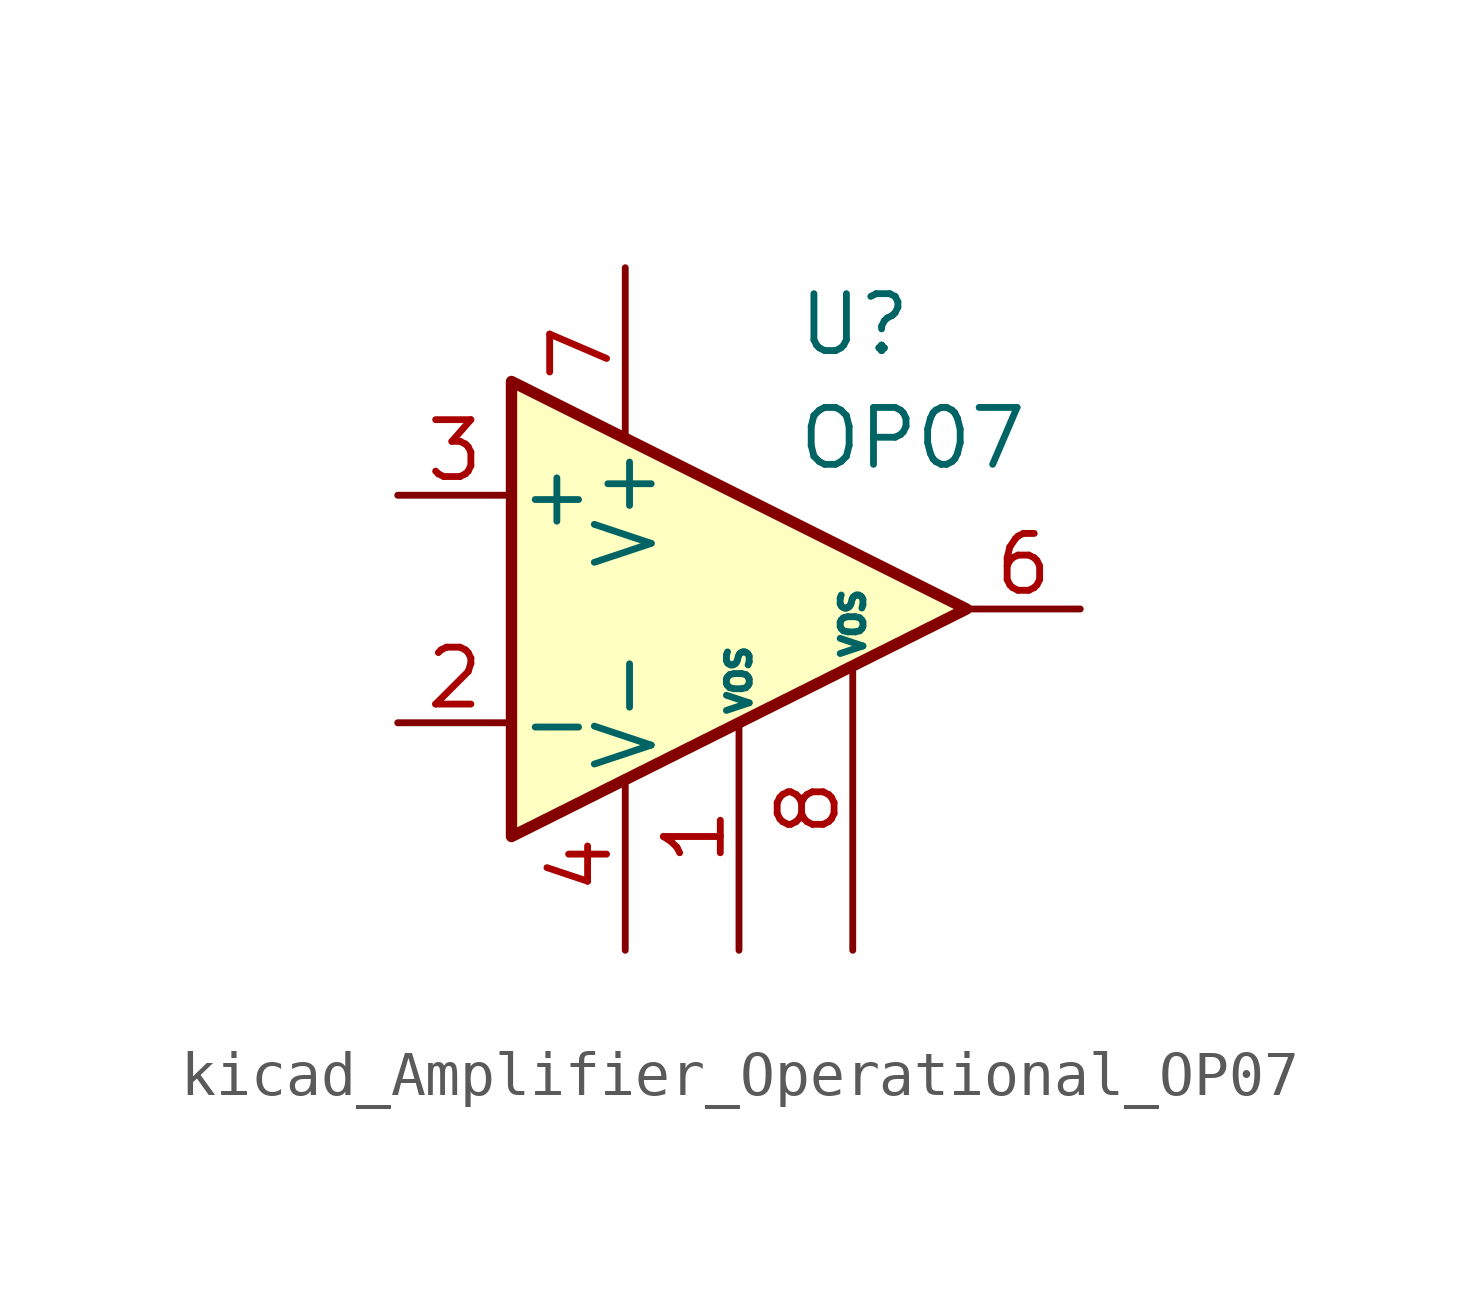
<source format=kicad_sym>
(kicad_symbol_lib
  (version 20220914)
  (generator kicad_symbol_editor)
  (symbol "kicad_Amplifier_Operational_OP07"
    (pin_names
      (offset 0.127))
    (property "Reference" "U"
      (at 1.27 6.35 0)
      (effects (font (size 1.27 1.27)) (justify left)))
    (property "Value" "OP07"
      (at 1.27 3.81 0)
      (effects (font (size 1.27 1.27)) (justify left)))
    (symbol "kicad_Amplifier_Operational_OP07_0_1"
      (polyline (pts (xy -5.08 5.08) (xy 5.08 0) (xy -5.08 -5.08) (xy -5.08 5.08)) (stroke (width 0.254) (type default)) (fill (type background))))
    (symbol "kicad_Amplifier_Operational_OP07_1_1"
      (pin input line (at 0 -7.62 90) (length 5.08) (name "VOS" (effects (font (size 0.508 0.508)))) (number "1" (effects (font (size 1.27 1.27)))))
      (pin input line (at -7.62 -2.54 0) (length 2.54) (name "-" (effects (font (size 1.27 1.27)))) (number "2" (effects (font (size 1.27 1.27)))))
      (pin input line (at -7.62 2.54 0) (length 2.54) (name "+" (effects (font (size 1.27 1.27)))) (number "3" (effects (font (size 1.27 1.27)))))
      (pin power_in line (at -2.54 -7.62 90) (length 3.81) (name "V-" (effects (font (size 1.27 1.27)))) (number "4" (effects (font (size 1.27 1.27)))))
      (pin no_connect line (at 0 2.54 270) (length 2.54) hide (name "NC" (effects (font (size 1.27 1.27)))) (number "5" (effects (font (size 1.27 1.27)))))
      (pin output line (at 7.62 0 180) (length 2.54) (name "~" (effects (font (size 1.27 1.27)))) (number "6" (effects (font (size 1.27 1.27)))))
      (pin power_in line (at -2.54 7.62 270) (length 3.81) (name "V+" (effects (font (size 1.27 1.27)))) (number "7" (effects (font (size 1.27 1.27)))))
      (pin input line (at 2.54 -7.62 90) (length 6.35) (name "VOS" (effects (font (size 0.508 0.508)))) (number "8" (effects (font (size 1.27 1.27))))))))
</source>
